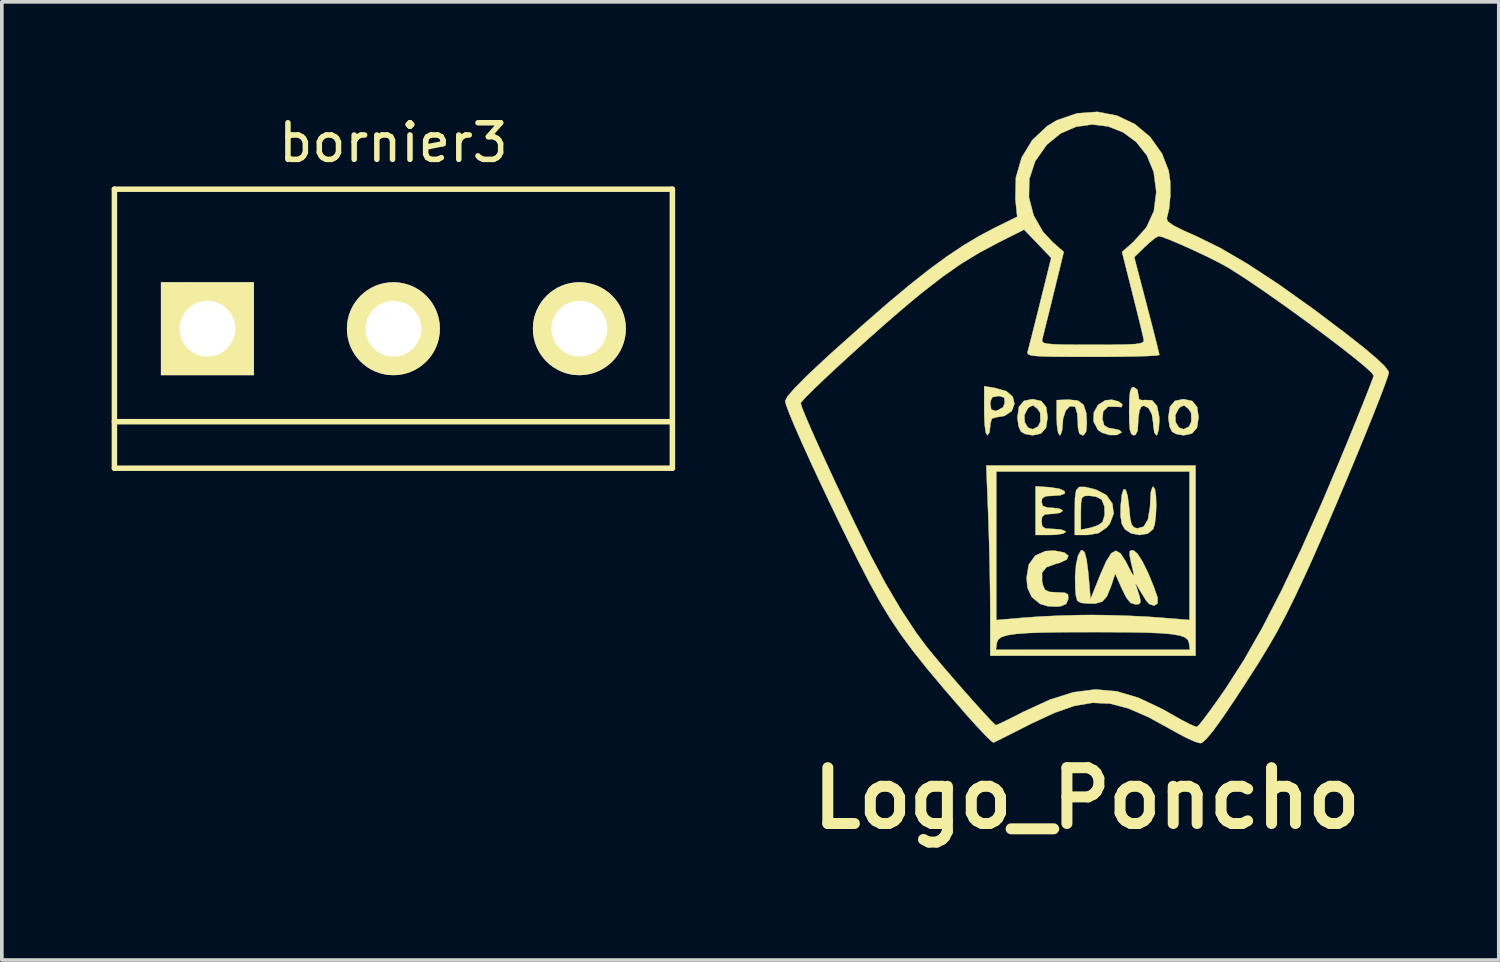
<source format=kicad_pcb>
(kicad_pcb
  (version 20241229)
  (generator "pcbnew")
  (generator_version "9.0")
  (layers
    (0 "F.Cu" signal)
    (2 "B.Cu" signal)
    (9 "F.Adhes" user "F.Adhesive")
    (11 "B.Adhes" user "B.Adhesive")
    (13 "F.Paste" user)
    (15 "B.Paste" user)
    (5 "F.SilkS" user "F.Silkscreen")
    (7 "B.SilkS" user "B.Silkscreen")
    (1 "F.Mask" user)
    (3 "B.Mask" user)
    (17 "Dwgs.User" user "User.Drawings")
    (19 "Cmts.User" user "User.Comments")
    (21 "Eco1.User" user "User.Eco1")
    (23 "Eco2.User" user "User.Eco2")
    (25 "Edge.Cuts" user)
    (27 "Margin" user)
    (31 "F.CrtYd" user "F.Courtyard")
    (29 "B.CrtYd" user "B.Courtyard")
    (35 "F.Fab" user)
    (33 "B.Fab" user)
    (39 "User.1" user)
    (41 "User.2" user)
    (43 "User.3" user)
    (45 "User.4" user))
  (footprint "Logo_Poncho"
    (layer "F.Cu")
    (at 26.636 8.593)
    (property "Reference" "Logo_Poncho" (at 0 10.16 0) (layer "F.SilkS") (effects (font (size 1.524 1.524) (thickness 0.3))))
    (attr through_hole)
    (fp_poly (pts (xy 0.871 -0.677) (xy 0.971 -0.595) (xy 0.971 -0.594) (xy 0.948 -0.523) (xy 0.812 -0.533) (xy 0.577 -0.535) (xy 0.446 -0.411) (xy 0.426 -0.197) (xy 0.472 -0.027) (xy 0.594 0.048) (xy 0.723 0.067) (xy 0.891 0.105) (xy 0.949 0.162) (xy 0.945 0.17) (xy 0.818 0.239) (xy 0.617 0.238) (xy 0.412 0.176) (xy 0.301 0.097) (xy 0.182 -0.134) (xy 0.19 -0.375) (xy 0.304 -0.582) (xy 0.503 -0.709) (xy 0.682 -0.726) (xy 0.871 -0.677)) (stroke (width 0.01) (type solid)) (fill yes) (layer "F.SilkS"))
    (fp_poly (pts (xy -0.244 -0.702) (xy -0.089 -0.585) (xy -0.015 -0.353) (xy 0 -0.088) (xy -0.02 0.144) (xy -0.086 0.24) (xy -0.124 0.247) (xy -0.206 0.198) (xy -0.243 0.031) (xy -0.247 -0.119) (xy -0.265 -0.353) (xy -0.31 -0.51) (xy -0.333 -0.538) (xy -0.467 -0.546) (xy -0.581 -0.423) (xy -0.65 -0.206) (xy -0.66 -0.072) (xy -0.679 0.13) (xy -0.725 0.241) (xy -0.742 0.247) (xy -0.786 0.173) (xy -0.816 -0.022) (xy -0.825 -0.234) (xy -0.825 -0.715) (xy -0.497 -0.728) (xy -0.244 -0.702)) (stroke (width 0.01) (type solid)) (fill yes) (layer "F.SilkS"))
    (fp_poly (pts (xy -1.245 -0.69) (xy -1.111 -0.525) (xy -1.072 -0.247) (xy -1.115 0.04) (xy -1.253 0.2) (xy -1.484 0.247) (xy -1.686 0.211) (xy -1.798 0.148) (xy -1.864 0.004) (xy -1.896 -0.219) (xy -1.897 -0.247) (xy -1.888 -0.306) (xy -1.707 -0.306) (xy -1.699 -0.114) (xy -1.61 0.035) (xy -1.484 0.082) (xy -1.333 0.008) (xy -1.269 -0.131) (xy -1.275 -0.367) (xy -1.35 -0.478) (xy -1.465 -0.569) (xy -1.562 -0.532) (xy -1.619 -0.478) (xy -1.707 -0.306) (xy -1.888 -0.306) (xy -1.854 -0.535) (xy -1.716 -0.695) (xy -1.484 -0.742) (xy -1.245 -0.69)) (stroke (width 0.01) (type solid)) (fill yes) (layer "F.SilkS"))
    (fp_poly (pts (xy 2.879 -0.69) (xy 3.012 -0.525) (xy 3.051 -0.247) (xy 3.008 0.04) (xy 2.87 0.2) (xy 2.639 0.247) (xy 2.438 0.211) (xy 2.326 0.148) (xy 2.259 0.004) (xy 2.227 -0.219) (xy 2.227 -0.247) (xy 2.235 -0.306) (xy 2.416 -0.306) (xy 2.424 -0.114) (xy 2.514 0.035) (xy 2.639 0.082) (xy 2.791 0.008) (xy 2.854 -0.131) (xy 2.848 -0.367) (xy 2.773 -0.478) (xy 2.658 -0.569) (xy 2.562 -0.532) (xy 2.505 -0.478) (xy 2.416 -0.306) (xy 2.235 -0.306) (xy 2.27 -0.535) (xy 2.407 -0.695) (xy 2.639 -0.742) (xy 2.879 -0.69)) (stroke (width 0.01) (type solid)) (fill yes) (layer "F.SilkS"))
    (fp_poly (pts (xy -0.62 3.447) (xy -0.505 3.534) (xy -0.546 3.636) (xy -0.743 3.731) (xy -0.842 3.756) (xy -1.104 3.849) (xy -1.224 4) (xy -1.223 4.241) (xy -1.202 4.336) (xy -1.143 4.467) (xy -1.022 4.524) (xy -0.817 4.536) (xy -0.605 4.546) (xy -0.516 4.593) (xy -0.507 4.702) (xy -0.51 4.721) (xy -0.565 4.854) (xy -0.713 4.915) (xy -0.825 4.927) (xy -1.072 4.914) (xy -1.272 4.854) (xy -1.278 4.851) (xy -1.507 4.663) (xy -1.621 4.414) (xy -1.647 4.14) (xy -1.588 3.781) (xy -1.412 3.534) (xy -1.129 3.408) (xy -0.886 3.397) (xy -0.62 3.447)) (stroke (width 0.01) (type solid)) (fill yes) (layer "F.SilkS"))
    (fp_poly (pts (xy 1.86 1.723) (xy 1.887 1.911) (xy 1.895 2.164) (xy 1.884 2.432) (xy 1.855 2.667) (xy 1.811 2.809) (xy 1.663 2.932) (xy 1.438 2.97) (xy 1.202 2.923) (xy 1.039 2.813) (xy 0.954 2.665) (xy 0.919 2.44) (xy 0.923 2.174) (xy 0.955 1.867) (xy 1.004 1.721) (xy 1.06 1.732) (xy 1.113 1.9) (xy 1.154 2.221) (xy 1.155 2.227) (xy 1.183 2.519) (xy 1.222 2.684) (xy 1.287 2.762) (xy 1.381 2.789) (xy 1.554 2.74) (xy 1.669 2.542) (xy 1.726 2.2) (xy 1.732 2.015) (xy 1.748 1.796) (xy 1.79 1.665) (xy 1.814 1.649) (xy 1.86 1.723)) (stroke (width 0.01) (type solid)) (fill yes) (layer "F.SilkS"))
    (fp_poly (pts (xy -2.508 -1.046) (xy -2.195 -0.956) (xy -2.024 -0.805) (xy -1.979 -0.611) (xy -2.053 -0.414) (xy -2.248 -0.284) (xy -2.469 -0.247) (xy -2.593 -0.211) (xy -2.637 -0.072) (xy -2.639 0) (xy -2.663 0.174) (xy -2.72 0.247) (xy -2.721 0.247) (xy -2.762 0.17) (xy -2.791 -0.041) (xy -2.804 -0.356) (xy -2.804 -0.423) (xy -2.804 -0.613) (xy -2.639 -0.613) (xy -2.612 -0.458) (xy -2.503 -0.422) (xy -2.453 -0.427) (xy -2.287 -0.521) (xy -2.242 -0.639) (xy -2.253 -0.778) (xy -2.37 -0.823) (xy -2.427 -0.825) (xy -2.587 -0.793) (xy -2.637 -0.665) (xy -2.639 -0.613) (xy -2.804 -0.613) (xy -2.804 -1.094) (xy -2.508 -1.046)) (stroke (width 0.01) (type solid)) (fill yes) (layer "F.SilkS"))
    (fp_poly (pts (xy -1.017 1.665) (xy -0.757 1.705) (xy -0.614 1.769) (xy -0.599 1.835) (xy -0.721 1.884) (xy -0.9 1.897) (xy -1.119 1.91) (xy -1.217 1.964) (xy -1.237 2.062) (xy -1.205 2.175) (xy -1.079 2.221) (xy -0.948 2.227) (xy -0.758 2.247) (xy -0.662 2.298) (xy -0.66 2.309) (xy -0.732 2.364) (xy -0.91 2.391) (xy -0.948 2.392) (xy -1.144 2.407) (xy -1.223 2.476) (xy -1.237 2.598) (xy -1.219 2.731) (xy -1.134 2.79) (xy -0.936 2.804) (xy -0.907 2.804) (xy -0.701 2.822) (xy -0.586 2.868) (xy -0.577 2.886) (xy -0.651 2.933) (xy -0.841 2.963) (xy -0.99 2.969) (xy -1.402 2.969) (xy -1.402 1.64) (xy -1.017 1.665)) (stroke (width 0.01) (type solid)) (fill yes) (layer "F.SilkS"))
    (fp_poly (pts (xy 1.378 -1.001) (xy 1.402 -0.874) (xy 1.429 -0.73) (xy 1.536 -0.711) (xy 1.567 -0.718) (xy 1.78 -0.71) (xy 1.916 -0.557) (xy 1.976 -0.259) (xy 1.979 -0.155) (xy 1.964 0.077) (xy 1.925 0.222) (xy 1.897 0.247) (xy 1.844 0.174) (xy 1.816 -0.007) (xy 1.814 -0.072) (xy 1.777 -0.324) (xy 1.683 -0.498) (xy 1.557 -0.56) (xy 1.488 -0.538) (xy 1.436 -0.43) (xy 1.405 -0.22) (xy 1.402 -0.119) (xy 1.385 0.124) (xy 1.329 0.234) (xy 1.278 0.247) (xy 1.215 0.216) (xy 1.177 0.104) (xy 1.158 -0.12) (xy 1.155 -0.412) (xy 1.16 -0.751) (xy 1.182 -0.954) (xy 1.223 -1.051) (xy 1.278 -1.072) (xy 1.378 -1.001)) (stroke (width 0.01) (type solid)) (fill yes) (layer "F.SilkS"))
    (fp_poly (pts (xy 0.207 1.719) (xy 0.255 1.733) (xy 0.534 1.88) (xy 0.696 2.111) (xy 0.732 2.385) (xy 0.628 2.659) (xy 0.54 2.766) (xy 0.313 2.921) (xy 0.018 2.969) (xy 0.004 2.969) (xy -0.33 2.969) (xy -0.33 2.357) (xy -0.165 2.357) (xy -0.165 2.825) (xy 0.099 2.772) (xy 0.302 2.706) (xy 0.426 2.619) (xy 0.428 2.617) (xy 0.487 2.419) (xy 0.478 2.184) (xy 0.405 2.005) (xy 0.396 1.996) (xy 0.244 1.922) (xy 0.066 1.897) (xy -0.065 1.905) (xy -0.134 1.958) (xy -0.16 2.095) (xy -0.165 2.357) (xy -0.33 2.357) (xy -0.33 2.309) (xy -0.325 1.96) (xy -0.294 1.752) (xy -0.212 1.658) (xy -0.053 1.656) (xy 0.207 1.719)) (stroke (width 0.01) (type solid)) (fill yes) (layer "F.SilkS"))
    (fp_poly (pts (xy 2.969 6.268) (xy -2.639 6.268) (xy -2.639 6.103) (xy -2.485 6.103) (xy 2.815 6.103) (xy 2.789 5.917) (xy 2.758 5.834) (xy 2.68 5.767) (xy 2.54 5.716) (xy 2.32 5.678) (xy 2.004 5.651) (xy 1.575 5.634) (xy 1.018 5.625) (xy 0.315 5.622) (xy 0.165 5.622) (xy -0.567 5.624) (xy -1.151 5.632) (xy -1.602 5.647) (xy -1.938 5.672) (xy -2.175 5.708) (xy -2.329 5.756) (xy -2.418 5.82) (xy -2.456 5.9) (xy -2.459 5.917) (xy -2.485 6.103) (xy -2.639 6.103) (xy -2.639 5.044) (xy -2.643 4.498) (xy -2.653 3.859) (xy -2.669 3.197) (xy -2.688 2.583) (xy -2.693 2.446) (xy -2.741 1.237) (xy -2.474 1.237) (xy -2.474 5.293) (xy -1.67 5.224) (xy -1.236 5.194) (xy -0.716 5.171) (xy -0.186 5.157) (xy 0.124 5.154) (xy 0.625 5.161) (xy 1.174 5.178) (xy 1.69 5.204) (xy 1.959 5.223) (xy 2.804 5.291) (xy 2.804 1.237) (xy -2.474 1.237) (xy -2.741 1.237) (xy -2.747 1.072) (xy 2.969 1.072) (xy 2.969 6.268)) (stroke (width 0.01) (type solid)) (fill yes) (layer "F.SilkS"))
    (fp_poly (pts (xy -0.061 3.442) (xy -0.009 3.634) (xy 0.035 3.974) (xy 0.042 4.048) (xy 0.101 4.716) (xy 0.36 4.07) (xy 0.526 3.692) (xy 0.666 3.47) (xy 0.794 3.399) (xy 0.922 3.475) (xy 1.063 3.693) (xy 1.121 3.808) (xy 1.223 4.003) (xy 1.281 4.085) (xy 1.283 4.041) (xy 1.205 3.712) (xy 1.168 3.514) (xy 1.171 3.415) (xy 1.214 3.386) (xy 1.28 3.393) (xy 1.384 3.483) (xy 1.52 3.696) (xy 1.671 4.002) (xy 1.822 4.367) (xy 1.933 4.686) (xy 1.932 4.839) (xy 1.838 4.9) (xy 1.706 4.857) (xy 1.618 4.76) (xy 1.487 4.547) (xy 1.406 4.412) (xy 1.334 4.296) (xy 1.333 4.321) (xy 1.364 4.412) (xy 1.446 4.666) (xy 1.467 4.802) (xy 1.423 4.856) (xy 1.324 4.866) (xy 1.195 4.824) (xy 1.076 4.678) (xy 0.96 4.445) (xy 0.774 4.025) (xy 0.662 4.364) (xy 0.551 4.642) (xy 0.42 4.79) (xy 0.227 4.844) (xy 0.036 4.842) (xy -0.164 4.823) (xy -0.262 4.764) (xy -0.301 4.619) (xy -0.315 4.453) (xy -0.322 4.098) (xy -0.295 3.779) (xy -0.24 3.532) (xy -0.165 3.396) (xy -0.127 3.381) (xy -0.061 3.442)) (stroke (width 0.01) (type solid)) (fill yes) (layer "F.SilkS"))
    (fp_poly (pts (xy 0.821 -8.486) (xy 1.309 -8.254) (xy 1.727 -7.905) (xy 2.051 -7.449) (xy 2.234 -6.981) (xy 2.277 -6.684) (xy 2.281 -6.314) (xy 2.248 -5.95) (xy 2.182 -5.671) (xy 2.182 -5.671) (xy 2.212 -5.593) (xy 2.361 -5.487) (xy 2.642 -5.345) (xy 2.983 -5.194) (xy 3.633 -4.876) (xy 4.389 -4.435) (xy 5.25 -3.87) (xy 6.217 -3.18) (xy 7.062 -2.542) (xy 7.551 -2.158) (xy 7.906 -1.859) (xy 8.134 -1.642) (xy 8.238 -1.502) (xy 8.247 -1.467) (xy 8.215 -1.348) (xy 8.126 -1.097) (xy 7.989 -0.737) (xy 7.811 -0.286) (xy 7.601 0.234) (xy 7.367 0.803) (xy 7.119 1.4) (xy 6.863 2.006) (xy 6.61 2.599) (xy 6.367 3.159) (xy 6.143 3.666) (xy 5.954 4.082) (xy 5.688 4.647) (xy 5.448 5.133) (xy 5.214 5.576) (xy 4.962 6.015) (xy 4.673 6.489) (xy 4.323 7.034) (xy 4.057 7.441) (xy 3.725 7.934) (xy 3.468 8.293) (xy 3.278 8.525) (xy 3.148 8.641) (xy 3.1 8.657) (xy 2.96 8.618) (xy 2.723 8.512) (xy 2.431 8.358) (xy 2.316 8.292) (xy 1.68 7.943) (xy 1.13 7.704) (xy 0.632 7.575) (xy 0.152 7.553) (xy -0.344 7.638) (xy -0.89 7.829) (xy -1.522 8.124) (xy -1.557 8.141) (xy -1.915 8.323) (xy -2.219 8.476) (xy -2.44 8.586) (xy -2.547 8.638) (xy -2.551 8.64) (xy -2.622 8.589) (xy -2.779 8.435) (xy -3.001 8.2) (xy -3.266 7.906) (xy -3.346 7.815) (xy -3.904 7.169) (xy -4.368 6.616) (xy -4.757 6.127) (xy -5.089 5.676) (xy -5.383 5.236) (xy -5.659 4.779) (xy -5.935 4.277) (xy -6.231 3.704) (xy -6.31 3.546) (xy -6.639 2.882) (xy -6.958 2.225) (xy -7.259 1.591) (xy -7.535 0.999) (xy -7.776 0.468) (xy -7.976 0.014) (xy -8.125 -0.344) (xy -8.216 -0.588) (xy -8.226 -0.632) (xy -7.816 -0.632) (xy -7.788 -0.532) (xy -7.698 -0.306) (xy -7.555 0.027) (xy -7.37 0.445) (xy -7.151 0.926) (xy -6.908 1.45) (xy -6.651 1.996) (xy -6.391 2.542) (xy -6.135 3.066) (xy -5.9 3.54) (xy -5.5 4.292) (xy -5.079 5.005) (xy -4.664 5.635) (xy -4.38 6.018) (xy -4.187 6.255) (xy -3.941 6.548) (xy -3.662 6.872) (xy -3.372 7.205) (xy -3.092 7.521) (xy -2.842 7.798) (xy -2.644 8.012) (xy -2.518 8.139) (xy -2.485 8.164) (xy -2.397 8.129) (xy -2.198 8.034) (xy -1.921 7.896) (xy -1.736 7.801) (xy -1.016 7.47) (xy -0.371 7.265) (xy 0.229 7.188) (xy 0.815 7.239) (xy 1.417 7.418) (xy 2.066 7.726) (xy 2.309 7.864) (xy 2.597 8.026) (xy 2.833 8.147) (xy 2.981 8.207) (xy 3.007 8.211) (xy 3.078 8.14) (xy 3.224 7.956) (xy 3.425 7.683) (xy 3.666 7.343) (xy 3.814 7.128) (xy 4.295 6.376) (xy 4.795 5.496) (xy 5.318 4.482) (xy 5.868 3.325) (xy 6.448 2.02) (xy 6.924 0.894) (xy 7.157 0.328) (xy 7.368 -0.189) (xy 7.549 -0.638) (xy 7.692 -0.999) (xy 7.79 -1.252) (xy 7.833 -1.377) (xy 7.834 -1.385) (xy 7.77 -1.471) (xy 7.589 -1.635) (xy 7.311 -1.864) (xy 6.956 -2.143) (xy 6.544 -2.457) (xy 6.093 -2.792) (xy 5.625 -3.133) (xy 5.158 -3.466) (xy 4.711 -3.777) (xy 4.305 -4.05) (xy 3.959 -4.272) (xy 3.823 -4.354) (xy 3.586 -4.483) (xy 3.278 -4.637) (xy 2.934 -4.799) (xy 2.593 -4.953) (xy 2.291 -5.081) (xy 2.067 -5.168) (xy 1.961 -5.195) (xy 1.864 -5.142) (xy 1.699 -5.007) (xy 1.591 -4.907) (xy 1.294 -4.618) (xy 1.636 -3.309) (xy 1.751 -2.868) (xy 1.85 -2.483) (xy 1.925 -2.184) (xy 1.97 -1.997) (xy 1.979 -1.948) (xy 1.901 -1.933) (xy 1.681 -1.92) (xy 1.343 -1.909) (xy 0.91 -1.901) (xy 0.407 -1.897) (xy 0.159 -1.897) (xy -0.434 -1.898) (xy -0.881 -1.901) (xy -1.203 -1.909) (xy -1.418 -1.922) (xy -1.547 -1.943) (xy -1.609 -1.973) (xy -1.623 -2.013) (xy -1.617 -2.041) (xy -1.583 -2.169) (xy -1.517 -2.425) (xy -1.428 -2.777) (xy -1.323 -3.193) (xy -1.274 -3.392) (xy -0.974 -4.599) (xy -1.714 -5.371) (xy -2.403 -5.025) (xy -2.941 -4.739) (xy -3.439 -4.435) (xy -3.939 -4.086) (xy -4.487 -3.661) (xy -4.8 -3.404) (xy -5.156 -3.102) (xy -5.55 -2.76) (xy -5.964 -2.393) (xy -6.378 -2.02) (xy -6.774 -1.659) (xy -7.132 -1.325) (xy -7.433 -1.038) (xy -7.659 -0.814) (xy -7.79 -0.671) (xy -7.816 -0.632) (xy -8.226 -0.632) (xy -8.241 -0.693) (xy -8.173 -0.82) (xy -7.977 -1.046) (xy -7.655 -1.371) (xy -7.207 -1.792) (xy -6.942 -2.034) (xy -6.151 -2.741) (xy -5.461 -3.343) (xy -4.853 -3.852) (xy -4.312 -4.28) (xy -3.821 -4.64) (xy -3.365 -4.944) (xy -2.927 -5.205) (xy -2.491 -5.434) (xy -2.456 -5.451) (xy -1.903 -5.723) (xy -1.952 -6.199) (xy -1.951 -6.252) (xy -1.582 -6.252) (xy -1.454 -5.759) (xy -1.195 -5.308) (xy -0.938 -5.033) (xy -0.63 -4.762) (xy -0.906 -3.639) (xy -1.008 -3.22) (xy -1.1 -2.85) (xy -1.171 -2.563) (xy -1.213 -2.394) (xy -1.219 -2.371) (xy -1.221 -2.319) (xy -1.182 -2.281) (xy -1.08 -2.255) (xy -0.893 -2.239) (xy -0.599 -2.23) (xy -0.175 -2.227) (xy 0.161 -2.227) (xy 0.676 -2.228) (xy 1.048 -2.233) (xy 1.3 -2.244) (xy 1.454 -2.264) (xy 1.531 -2.294) (xy 1.555 -2.338) (xy 1.552 -2.371) (xy 1.523 -2.501) (xy 1.462 -2.757) (xy 1.376 -3.105) (xy 1.274 -3.513) (xy 1.243 -3.639) (xy 0.96 -4.762) (xy 1.268 -5.033) (xy 1.624 -5.43) (xy 1.829 -5.875) (xy 1.895 -6.395) (xy 1.895 -6.409) (xy 1.825 -6.948) (xy 1.636 -7.402) (xy 1.349 -7.764) (xy 0.99 -8.029) (xy 0.581 -8.19) (xy 0.145 -8.243) (xy -0.295 -8.181) (xy -0.715 -8) (xy -1.092 -7.692) (xy -1.403 -7.253) (xy -1.418 -7.224) (xy -1.572 -6.751) (xy -1.582 -6.252) (xy -1.951 -6.252) (xy -1.939 -6.791) (xy -1.782 -7.338) (xy -1.493 -7.815) (xy -1.086 -8.198) (xy -0.816 -8.36) (xy -0.266 -8.549) (xy 0.288 -8.588) (xy 0.821 -8.486)) (stroke (width 0.01) (type solid)) (fill yes) (layer "F.SilkS")))
  (footprint "bornier3"
    (layer "F.Cu")
    (at 7.695 5.928)
    (property "Reference" "bornier3" (at 0 -5.08 0) (layer "F.SilkS") (effects (font (size 1 1) (thickness 0.15))))
    (attr through_hole)
    (fp_line (start -7.62 -3.81) (end 7.62 -3.81) (stroke (width 0.15) (type solid)) (layer "F.SilkS"))
    (fp_line (start -7.62 2.54) (end 7.62 2.54) (stroke (width 0.15) (type solid)) (layer "F.SilkS"))
    (fp_line (start -7.62 3.81) (end -7.62 -3.81) (stroke (width 0.15) (type solid)) (layer "F.SilkS"))
    (fp_line (start -7.62 3.81) (end 7.62 3.81) (stroke (width 0.15) (type solid)) (layer "F.SilkS"))
    (fp_line (start 7.62 3.81) (end 7.62 -3.81) (stroke (width 0.15) (type solid)) (layer "F.SilkS"))
    (pad "1" thru_hole rect (at -5.08 0) (size 2.54 2.54) (drill 1.524) (layers "*.Cu" "*.Mask" "F.SilkS"))
    (pad "2" thru_hole circle (at 0 0) (size 2.54 2.54) (drill 1.524) (layers "*.Cu" "*.Mask" "F.SilkS"))
    (pad "3" thru_hole circle (at 5.08 0) (size 2.54 2.54) (drill 1.524) (layers "*.Cu" "*.Mask" "F.SilkS")))
  (gr_rect
    (start -3 -3)
    (end 37.887 23.171)
    (stroke (width 0.1) (type default))
    (fill no)
    (layer "Edge.Cuts")))
</source>
